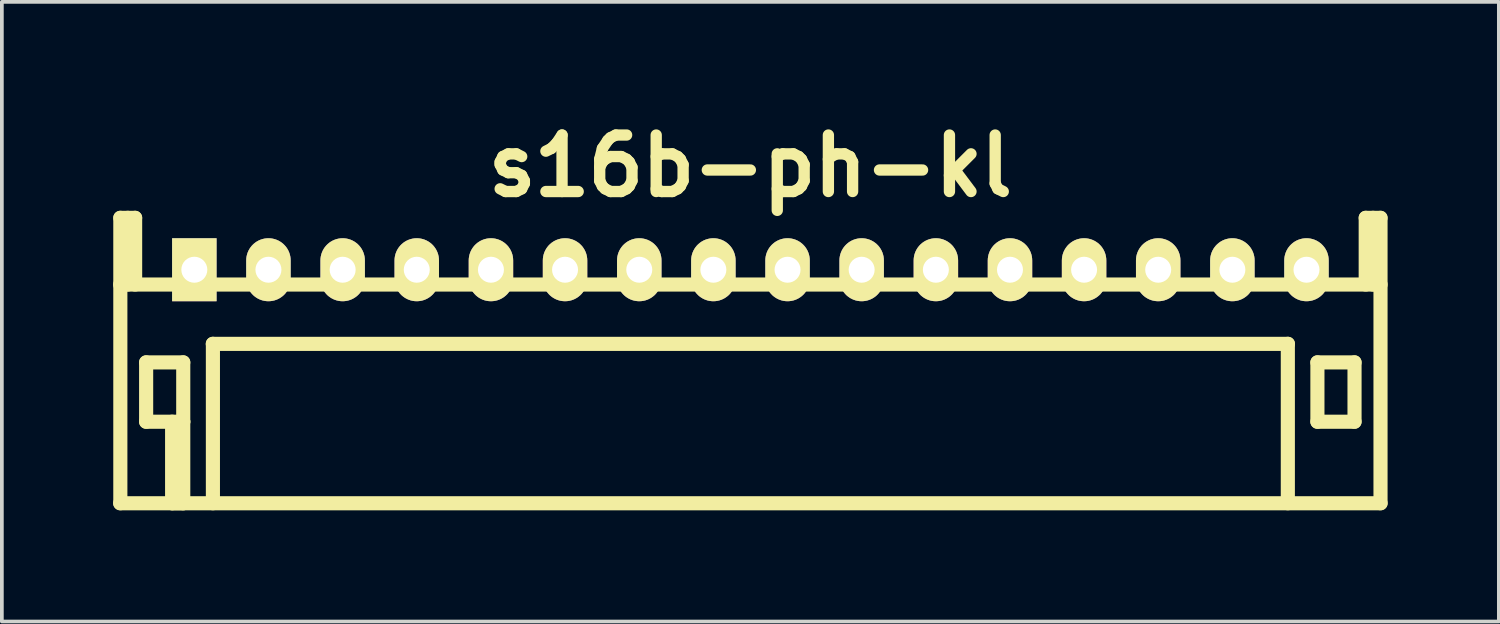
<source format=kicad_pcb>
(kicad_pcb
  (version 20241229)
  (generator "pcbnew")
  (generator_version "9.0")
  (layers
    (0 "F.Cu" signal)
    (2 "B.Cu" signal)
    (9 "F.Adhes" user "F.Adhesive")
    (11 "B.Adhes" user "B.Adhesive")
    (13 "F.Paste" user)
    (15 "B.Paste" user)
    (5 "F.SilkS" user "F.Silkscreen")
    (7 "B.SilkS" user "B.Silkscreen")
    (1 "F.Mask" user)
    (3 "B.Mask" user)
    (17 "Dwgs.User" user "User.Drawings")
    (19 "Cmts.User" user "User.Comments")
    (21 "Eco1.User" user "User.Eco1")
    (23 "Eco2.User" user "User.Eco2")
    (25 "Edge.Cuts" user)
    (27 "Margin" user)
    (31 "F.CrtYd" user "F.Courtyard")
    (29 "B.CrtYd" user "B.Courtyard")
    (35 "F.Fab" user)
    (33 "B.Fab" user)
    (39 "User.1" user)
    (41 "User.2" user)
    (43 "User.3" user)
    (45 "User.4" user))
  (footprint "s16b-ph-kl"
    (layer "F.Cu")
    (at 17.191 4.226)
    (property "Reference" "s16b-ph-kl" (at 0 -2.799 0) (layer "F.SilkS") (effects (font (size 1.524 1.524) (thickness 0.305))))
    (attr through_hole)
    (fp_line (start -16.995 -1.4) (end -16.995 6.299) (stroke (width 0.381) (type solid)) (layer "F.SilkS"))
    (fp_line (start -16.794 -1.4) (end -16.794 0.399) (stroke (width 0.381) (type solid)) (layer "F.SilkS"))
    (fp_line (start -16.596 -1.4) (end -16.995 -1.4) (stroke (width 0.381) (type solid)) (layer "F.SilkS"))
    (fp_line (start -16.596 0.399) (end -16.596 -1.4) (stroke (width 0.381) (type solid)) (layer "F.SilkS"))
    (fp_line (start -16.299 2.499) (end -15.298 2.499) (stroke (width 0.381) (type solid)) (layer "F.SilkS"))
    (fp_line (start -16.299 4.1) (end -16.299 2.499) (stroke (width 0.381) (type solid)) (layer "F.SilkS"))
    (fp_line (start -15.598 6.299) (end -15.598 4.1) (stroke (width 0.381) (type solid)) (layer "F.SilkS"))
    (fp_line (start -15.298 2.499) (end -15.298 4.1) (stroke (width 0.381) (type solid)) (layer "F.SilkS"))
    (fp_line (start -15.298 4.1) (end -16.299 4.1) (stroke (width 0.381) (type solid)) (layer "F.SilkS"))
    (fp_line (start -15.298 4.1) (end -15.298 6.299) (stroke (width 0.381) (type solid)) (layer "F.SilkS"))
    (fp_line (start -15.298 6.299) (end -15.598 6.299) (stroke (width 0.381) (type solid)) (layer "F.SilkS"))
    (fp_line (start -14.501 1.999) (end 14.501 1.999) (stroke (width 0.381) (type solid)) (layer "F.SilkS"))
    (fp_line (start -14.498 1.999) (end -14.498 6.299) (stroke (width 0.381) (type solid)) (layer "F.SilkS"))
    (fp_line (start 14.498 1.999) (end 14.498 6.299) (stroke (width 0.381) (type solid)) (layer "F.SilkS"))
    (fp_line (start 15.296 2.499) (end 16.297 2.499) (stroke (width 0.381) (type solid)) (layer "F.SilkS"))
    (fp_line (start 15.296 4.1) (end 15.296 2.499) (stroke (width 0.381) (type solid)) (layer "F.SilkS"))
    (fp_line (start 16.297 2.499) (end 16.297 4.1) (stroke (width 0.381) (type solid)) (layer "F.SilkS"))
    (fp_line (start 16.297 4.1) (end 15.296 4.1) (stroke (width 0.381) (type solid)) (layer "F.SilkS"))
    (fp_line (start 16.599 -1.4) (end 16.599 0.399) (stroke (width 0.381) (type solid)) (layer "F.SilkS"))
    (fp_line (start 16.797 -1.4) (end 16.797 0.399) (stroke (width 0.381) (type solid)) (layer "F.SilkS"))
    (fp_line (start 16.998 -1.4) (end 16.599 -1.4) (stroke (width 0.381) (type solid)) (layer "F.SilkS"))
    (fp_line (start 16.998 6.299) (end 16.998 -1.4) (stroke (width 0.381) (type solid)) (layer "F.SilkS"))
    (fp_line (start 17 0.399) (end -17 0.399) (stroke (width 0.381) (type solid)) (layer "F.SilkS"))
    (fp_line (start 17 6.299) (end -17 6.299) (stroke (width 0.381) (type solid)) (layer "F.SilkS"))
    (pad "1" thru_hole rect (at -14.999 0) (size 1.199 1.699) (drill 0.701) (layers "*.Cu" "*.Mask" "F.SilkS"))
    (pad "2" thru_hole oval (at -13 0) (size 1.199 1.699) (drill 0.701) (layers "*.Cu" "*.Mask" "F.SilkS"))
    (pad "3" thru_hole oval (at -10.998 0) (size 1.199 1.699) (drill 0.701) (layers "*.Cu" "*.Mask" "F.SilkS"))
    (pad "4" thru_hole oval (at -8.999 0) (size 1.199 1.699) (drill 0.701) (layers "*.Cu" "*.Mask" "F.SilkS"))
    (pad "5" thru_hole oval (at -6.998 0) (size 1.199 1.699) (drill 0.701) (layers "*.Cu" "*.Mask" "F.SilkS"))
    (pad "6" thru_hole oval (at -4.999 0) (size 1.199 1.699) (drill 0.701) (layers "*.Cu" "*.Mask" "F.SilkS"))
    (pad "7" thru_hole oval (at -2.997 0) (size 1.199 1.699) (drill 0.701) (layers "*.Cu" "*.Mask" "F.SilkS"))
    (pad "8" thru_hole oval (at -0.998 0) (size 1.199 1.699) (drill 0.701) (layers "*.Cu" "*.Mask" "F.SilkS"))
    (pad "9" thru_hole oval (at 1.003 0) (size 1.199 1.699) (drill 0.701) (layers "*.Cu" "*.Mask" "F.SilkS"))
    (pad "10" thru_hole oval (at 3.002 0) (size 1.199 1.699) (drill 0.701) (layers "*.Cu" "*.Mask" "F.SilkS"))
    (pad "11" thru_hole oval (at 5.004 0) (size 1.199 1.699) (drill 0.701) (layers "*.Cu" "*.Mask" "F.SilkS"))
    (pad "12" thru_hole oval (at 7.003 0) (size 1.199 1.699) (drill 0.701) (layers "*.Cu" "*.Mask" "F.SilkS"))
    (pad "13" thru_hole oval (at 9.002 0) (size 1.199 1.699) (drill 0.701) (layers "*.Cu" "*.Mask" "F.SilkS"))
    (pad "14" thru_hole oval (at 11.001 0) (size 1.199 1.699) (drill 0.701) (layers "*.Cu" "*.Mask" "F.SilkS"))
    (pad "15" thru_hole oval (at 13.002 0) (size 1.199 1.699) (drill 0.701) (layers "*.Cu" "*.Mask" "F.SilkS"))
    (pad "16" thru_hole oval (at 15.001 0) (size 1.199 1.699) (drill 0.701) (layers "*.Cu" "*.Mask" "F.SilkS")))
  (gr_rect
    (start -3 -3)
    (end 37.381 13.715)
    (stroke (width 0.1) (type default))
    (fill no)
    (layer "Edge.Cuts")))
</source>
